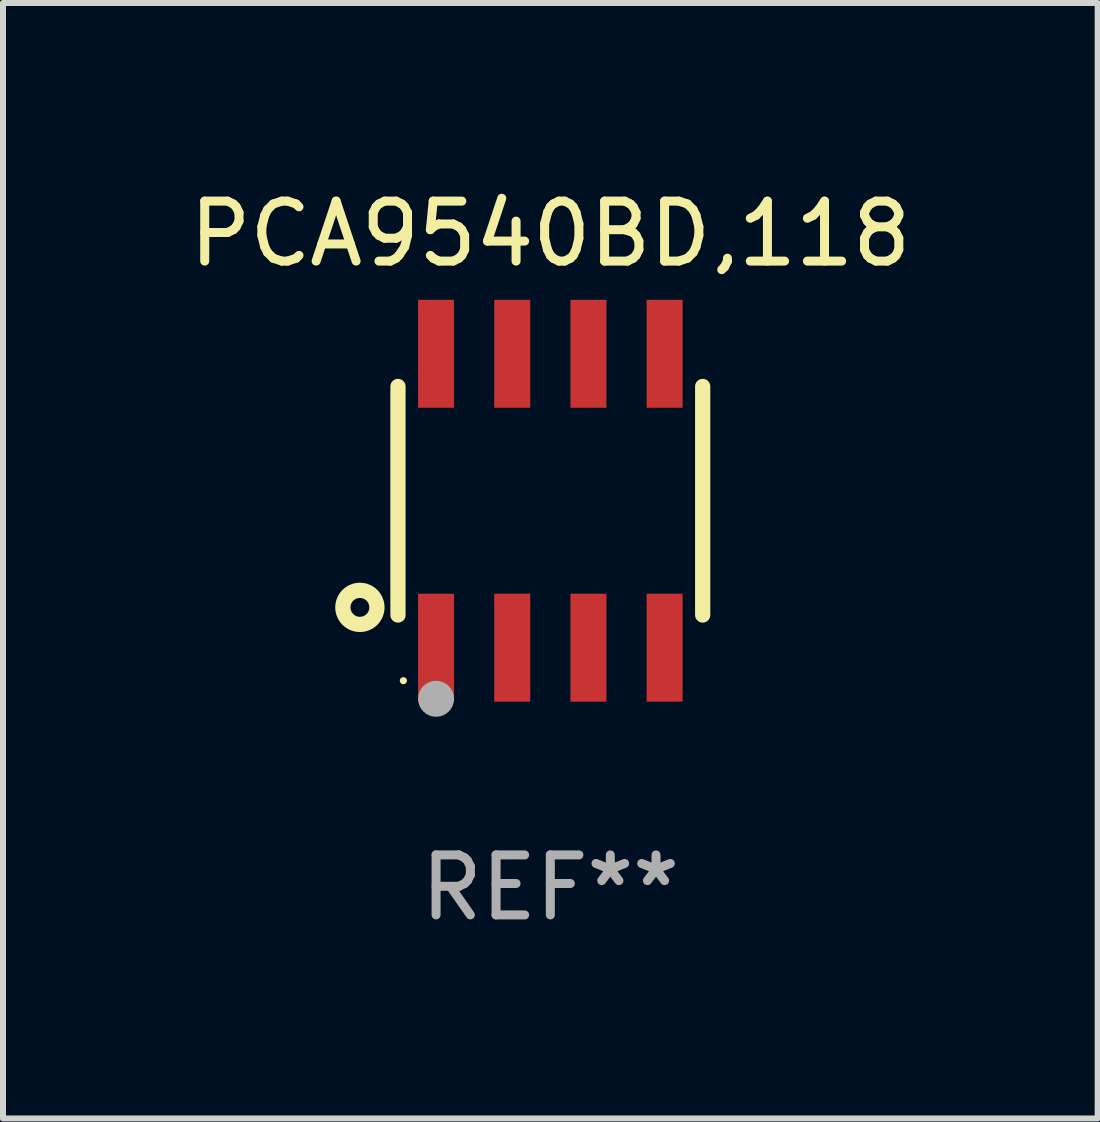
<source format=kicad_pcb>
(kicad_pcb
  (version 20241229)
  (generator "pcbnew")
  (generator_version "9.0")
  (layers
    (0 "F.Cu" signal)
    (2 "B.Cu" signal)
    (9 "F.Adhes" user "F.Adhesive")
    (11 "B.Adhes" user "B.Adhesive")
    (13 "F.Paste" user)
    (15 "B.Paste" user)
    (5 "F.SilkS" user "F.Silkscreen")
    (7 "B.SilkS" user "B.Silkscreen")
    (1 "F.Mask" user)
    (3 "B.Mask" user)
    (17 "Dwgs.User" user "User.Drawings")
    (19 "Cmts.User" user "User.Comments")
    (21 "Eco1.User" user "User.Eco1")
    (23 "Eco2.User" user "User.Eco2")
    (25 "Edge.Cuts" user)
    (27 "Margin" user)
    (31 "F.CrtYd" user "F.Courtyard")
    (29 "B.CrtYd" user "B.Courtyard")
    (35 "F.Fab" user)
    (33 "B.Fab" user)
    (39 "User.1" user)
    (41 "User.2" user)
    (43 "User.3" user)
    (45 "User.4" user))
  (footprint "PCA9540BD,118"
    (layer "F.Cu")
    (at 6.125 5.298)
    (property "Reference" "PCA9540BD,118" (at 0 -4.45 0) (layer "F.SilkS") (effects (font (size 1 1) (thickness 0.15))))
    (attr through_hole)
    (fp_line (start -2.54 -1.905) (end -2.54 1.905) (stroke (width 0.254) (type solid)) (layer "F.SilkS"))
    (fp_line (start 2.54 -1.905) (end 2.54 1.905) (stroke (width 0.254) (type solid)) (layer "F.SilkS"))
    (fp_circle (center -3.175 1.778) (end -2.891 1.778) (stroke (width 0.254) (type solid)) (fill no) (layer "F.SilkS"))
    (fp_circle (center -2.45 3) (end -2.42 3) (stroke (width 0.06) (type solid)) (fill no) (layer "F.SilkS"))
    (fp_circle (center -1.905 3.302) (end -1.755 3.302) (stroke (width 0.3) (type solid)) (fill no) (layer "F.Fab"))
    (fp_text user "REF**" (at 0 6.45 0) (layer "F.Fab") (effects (font (size 1 1) (thickness 0.15))))
    (pad "1" smd rect (at -1.905 2.45) (size 0.6 1.8) (layers "F.Cu" "F.Mask" "F.Paste"))
    (pad "2" smd rect (at -0.635 2.45) (size 0.6 1.8) (layers "F.Cu" "F.Mask" "F.Paste"))
    (pad "3" smd rect (at 0.635 2.45) (size 0.6 1.8) (layers "F.Cu" "F.Mask" "F.Paste"))
    (pad "4" smd rect (at 1.905 2.45) (size 0.6 1.8) (layers "F.Cu" "F.Mask" "F.Paste"))
    (pad "5" smd rect (at 1.905 -2.45 180) (size 0.6 1.8) (layers "F.Cu" "F.Mask" "F.Paste"))
    (pad "6" smd rect (at 0.635 -2.45 180) (size 0.6 1.8) (layers "F.Cu" "F.Mask" "F.Paste"))
    (pad "7" smd rect (at -0.635 -2.45 180) (size 0.6 1.8) (layers "F.Cu" "F.Mask" "F.Paste"))
    (pad "8" smd rect (at -1.905 -2.45 180) (size 0.6 1.8) (layers "F.Cu" "F.Mask" "F.Paste")))
  (gr_rect
    (start -3 -3)
    (end 15.25 15.597)
    (stroke (width 0.1) (type default))
    (fill no)
    (layer "Edge.Cuts")))
</source>
